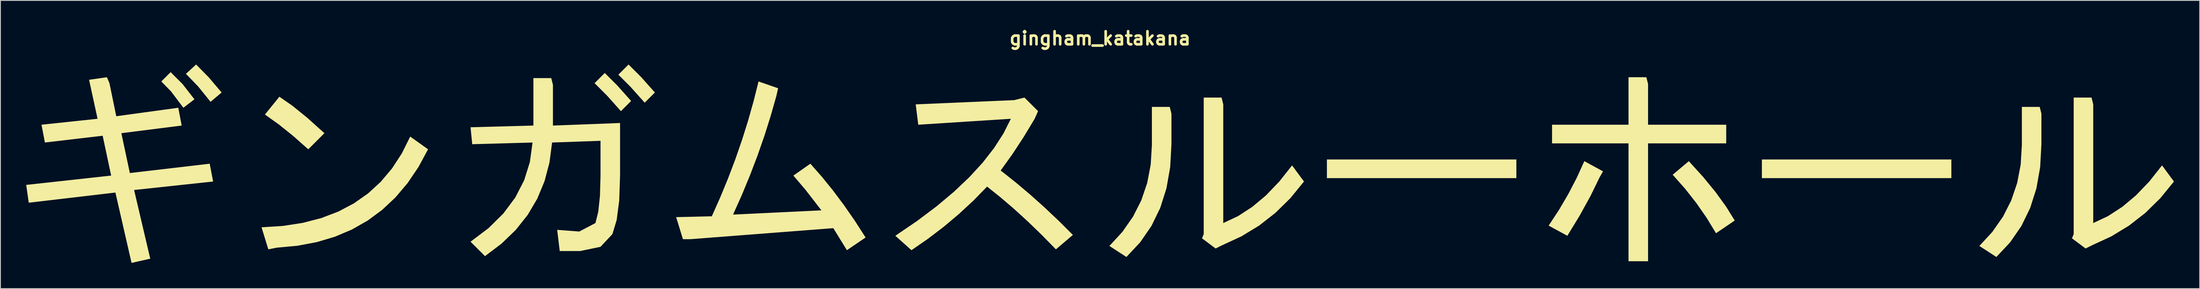
<source format=kicad_pcb>
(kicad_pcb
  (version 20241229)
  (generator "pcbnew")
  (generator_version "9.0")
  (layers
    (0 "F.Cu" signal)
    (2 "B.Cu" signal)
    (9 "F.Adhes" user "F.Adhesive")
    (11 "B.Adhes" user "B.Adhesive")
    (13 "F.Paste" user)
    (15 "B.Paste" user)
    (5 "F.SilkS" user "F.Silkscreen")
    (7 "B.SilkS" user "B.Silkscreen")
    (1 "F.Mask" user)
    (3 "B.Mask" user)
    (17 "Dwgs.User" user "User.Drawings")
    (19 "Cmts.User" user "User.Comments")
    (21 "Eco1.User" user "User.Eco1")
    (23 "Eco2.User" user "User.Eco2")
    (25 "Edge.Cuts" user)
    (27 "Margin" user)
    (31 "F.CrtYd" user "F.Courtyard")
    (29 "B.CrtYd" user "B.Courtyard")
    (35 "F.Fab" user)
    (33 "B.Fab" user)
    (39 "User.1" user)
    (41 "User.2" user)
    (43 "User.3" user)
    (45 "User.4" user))
  (footprint "gingham_katakana"
    (layer "F.Cu")
    (at 125 16.045)
    (property "Reference" "gingham_katakana" (at 0 -14.618 0) (layer "F.SilkS") (effects (font (size 1.524 1.524) (thickness 0.305))))
    (attr smd)
    (fp_poly (pts (xy 26.404 1.681) (xy 26.404 -0.494) (xy 48.457 -0.494) (xy 48.457 1.681) (xy 26.404 1.681)) (stroke (width 0) (type solid)) (fill yes) (layer "F.SilkS"))
    (fp_poly (pts (xy 77.037 1.681) (xy 77.037 -0.494) (xy 99.09 -0.494) (xy 99.09 1.681) (xy 77.037 1.681)) (stroke (width 0) (type solid)) (fill yes) (layer "F.SilkS"))
    (fp_poly (pts (xy -106.705 -6.527) (xy -108.139 -8.431) (xy -109.276 -9.593) (xy -108.188 -10.68) (xy -106.804 -9.296) (xy -105.419 -7.516) (xy -106.705 -6.527)) (stroke (width 0) (type solid)) (fill yes) (layer "F.SilkS"))
    (fp_poly (pts (xy -105.222 -11.57) (xy -103.738 -10.062) (xy -102.255 -8.307) (xy -103.54 -7.219) (xy -104.999 -9.024) (xy -106.408 -10.483) (xy -105.222 -11.57)) (stroke (width 0) (type solid)) (fill yes) (layer "F.SilkS"))
    (fp_poly (pts (xy -55.775 -6.131) (xy -57.382 -7.936) (xy -58.841 -9.395) (xy -57.654 -10.581) (xy -56.196 -9.123) (xy -54.589 -7.318) (xy -55.775 -6.131)) (stroke (width 0) (type solid)) (fill yes) (layer "F.SilkS"))
    (fp_poly (pts (xy -53.006 -7.12) (xy -54.663 -8.974) (xy -56.072 -10.384) (xy -54.885 -11.57) (xy -53.427 -10.112) (xy -51.82 -8.307) (xy -53.006 -7.12)) (stroke (width 0) (type solid)) (fill yes) (layer "F.SilkS"))
    (fp_poly (pts (xy -92.168 -1.681) (xy -93.915 -3.23) (xy -95.596 -4.582) (xy -97.211 -5.736) (xy -95.53 -7.813) (xy -94.025 -6.769) (xy -92.278 -5.351) (xy -90.289 -3.56) (xy -92.168 -1.681)) (stroke (width 0) (type solid)) (fill yes) (layer "F.SilkS"))
    (fp_poly (pts (xy 58.149 1.582) (xy 57.072 3.791) (xy 55.819 6.065) (xy 54.391 8.406) (xy 52.215 7.219) (xy 53.402 5.414) (xy 54.49 3.56) (xy 55.479 1.656) (xy 56.369 -0.297) (xy 58.544 0.89) (xy 58.149 1.582)) (stroke (width 0) (type solid)) (fill yes) (layer "F.SilkS"))
    (fp_poly (pts (xy 71.697 8.109) (xy 70.603 6.311) (xy 69.398 4.574) (xy 68.081 2.899) (xy 66.653 1.286) (xy 68.532 -0.297) (xy 70.201 1.545) (xy 71.648 3.313) (xy 72.871 5.006) (xy 73.873 6.626) (xy 71.697 8.109)) (stroke (width 0) (type solid)) (fill yes) (layer "F.SilkS"))
    (fp_poly (pts (xy 61.511 -10.087) (xy 63.588 -10.087) (xy 63.786 -9.296) (xy 63.786 -4.549) (xy 72.884 -4.549) (xy 72.884 -2.373) (xy 63.786 -2.373) (xy 63.786 11.373) (xy 61.511 11.373) (xy 61.511 -2.373) (xy 52.611 -2.373) (xy 52.611 -4.549) (xy 61.511 -4.549) (xy 61.511 -10.087)) (stroke (width 0) (type solid)) (fill yes) (layer "F.SilkS"))
    (fp_poly (pts (xy 1.088 9.593) (xy 2.599 7.947) (xy 3.835 6.175) (xy 4.796 4.277) (xy 5.483 2.253) (xy 5.895 0.102) (xy 6.032 -2.176) (xy 6.032 -6.626) (xy 8.109 -6.626) (xy 8.307 -5.835) (xy 8.307 -2.275) (xy 8.161 0.398) (xy 7.725 2.879) (xy 6.997 5.167) (xy 5.977 7.263) (xy 4.667 9.167) (xy 3.066 10.878) (xy 1.088 9.593)) (stroke (width 0) (type solid)) (fill yes) (layer "F.SilkS"))
    (fp_poly (pts (xy 102.354 9.593) (xy 103.864 7.947) (xy 105.101 6.175) (xy 106.062 4.277) (xy 106.749 2.253) (xy 107.161 0.102) (xy 107.298 -2.176) (xy 107.298 -6.626) (xy 109.375 -6.626) (xy 109.573 -5.835) (xy 109.573 -2.275) (xy 109.427 0.398) (xy 108.99 2.879) (xy 108.262 5.167) (xy 107.243 7.263) (xy 105.933 9.167) (xy 104.331 10.878) (xy 102.354 9.593)) (stroke (width 0) (type solid)) (fill yes) (layer "F.SilkS"))
    (fp_poly (pts (xy 14.339 6.922) (xy 16.052 6.116) (xy 17.71 5.04) (xy 19.312 3.695) (xy 20.858 2.081) (xy 22.35 0.198) (xy 23.734 2.077) (xy 22.152 4.019) (xy 20.411 5.732) (xy 18.513 7.215) (xy 16.456 8.469) (xy 14.241 9.494) (xy 13.449 9.889) (xy 11.867 8.703) (xy 12.065 8.208) (xy 12.065 -7.714) (xy 14.142 -7.714) (xy 14.339 -6.922) (xy 14.339 6.922)) (stroke (width 0) (type solid)) (fill yes) (layer "F.SilkS"))
    (fp_poly (pts (xy 115.605 6.922) (xy 117.318 6.116) (xy 118.975 5.04) (xy 120.578 3.695) (xy 122.124 2.081) (xy 123.615 0.198) (xy 125 2.077) (xy 123.418 4.019) (xy 121.677 5.732) (xy 119.778 7.215) (xy 117.722 8.469) (xy 115.506 9.494) (xy 114.715 9.889) (xy 113.133 8.703) (xy 113.331 8.208) (xy 113.331 -7.714) (xy 115.407 -7.714) (xy 115.605 -6.922) (xy 115.605 6.922)) (stroke (width 0) (type solid)) (fill yes) (layer "F.SilkS"))
    (fp_poly (pts (xy -114.517 -5.538) (xy -107.298 -6.527) (xy -106.903 -4.45) (xy -113.924 -3.56) (xy -112.935 1.088) (xy -103.639 -0.000001) (xy -103.244 2.077) (xy -112.441 3.066) (xy -110.562 11.076) (xy -112.737 11.57) (xy -114.616 3.362) (xy -124.703 4.549) (xy -125 2.472) (xy -115.111 1.384) (xy -116.1 -3.263) (xy -122.824 -2.472) (xy -123.22 -4.549) (xy -116.693 -5.241) (xy -117.682 -9.79) (xy -115.605 -10.087) (xy -115.309 -9.395) (xy -114.517 -5.538)) (stroke (width 0) (type solid)) (fill yes) (layer "F.SilkS"))
    (fp_poly (pts (xy -78.224 -1.681) (xy -79.343 0.392) (xy -80.605 2.259) (xy -82.009 3.92) (xy -83.556 5.376) (xy -85.245 6.626) (xy -87.077 7.67) (xy -89.051 8.509) (xy -91.167 9.142) (xy -93.426 9.569) (xy -95.827 9.79) (xy -96.816 9.988) (xy -97.607 7.417) (xy -95.12 7.258) (xy -92.801 6.899) (xy -90.65 6.34) (xy -88.667 5.581) (xy -86.852 4.623) (xy -85.206 3.465) (xy -83.727 2.107) (xy -82.417 0.55) (xy -81.275 -1.207) (xy -80.301 -3.165) (xy -78.224 -1.681)) (stroke (width 0) (type solid)) (fill yes) (layer "F.SilkS"))
    (fp_poly (pts (xy -49.347 6.23) (xy -45.194 6.131) (xy -44.211 3.921) (xy -43.297 1.699) (xy -42.451 -0.535) (xy -41.674 -2.781) (xy -40.966 -5.039) (xy -40.326 -7.31) (xy -39.755 -9.593) (xy -37.48 -8.801) (xy -37.678 -7.911) (xy -38.34 -5.576) (xy -39.073 -3.252) (xy -39.878 -0.939) (xy -40.755 1.363) (xy -41.702 3.654) (xy -42.722 5.934) (xy -32.437 5.439) (xy -34.291 3.041) (xy -35.7 1.384) (xy -33.722 0.000003) (xy -32.389 1.515) (xy -31.08 3.133) (xy -29.794 4.854) (xy -28.532 6.677) (xy -27.294 8.604) (xy -29.47 10.087) (xy -31.052 7.516) (xy -47.666 8.801) (xy -48.556 8.801) (xy -49.347 6.23)) (stroke (width 0) (type solid)) (fill yes) (layer "F.SilkS"))
    (fp_poly (pts (xy -11.57 0.791) (xy -9.873 2.136) (xy -8.184 3.56) (xy -6.503 5.063) (xy -4.83 6.646) (xy -3.165 8.307) (xy -5.142 9.988) (xy -6.792 8.303) (xy -8.418 6.729) (xy -10.02 5.265) (xy -11.598 3.912) (xy -13.153 2.67) (xy -14.739 4.296) (xy -16.412 5.85) (xy -18.172 7.334) (xy -20.02 8.746) (xy -21.954 10.087) (xy -23.833 8.406) (xy -21.33 6.7) (xy -19.062 4.994) (xy -17.028 3.288) (xy -15.229 1.582) (xy -13.666 -0.124) (xy -12.337 -1.83) (xy -11.243 -3.535) (xy -10.384 -5.241) (xy -21.163 -4.549) (xy -21.46 -6.922) (xy -9.988 -7.417) (xy -8.801 -7.714) (xy -7.219 -6.131) (xy -7.615 -5.241) (xy -8.889 -3.121) (xy -10.208 -1.11) (xy -11.57 0.791)) (stroke (width 0) (type solid)) (fill yes) (layer "F.SilkS"))
    (fp_poly (pts (xy -63.687 -4.45) (xy -55.874 -4.747) (xy -55.874 1.384) (xy -55.973 4.296) (xy -56.27 6.571) (xy -56.764 8.208) (xy -58.149 9.691) (xy -60.522 10.186) (xy -62.896 10.186) (xy -63.192 7.714) (xy -60.621 7.911) (xy -58.742 6.922) (xy -58.412 5.604) (xy -58.215 3.758) (xy -58.149 1.384) (xy -58.149 -2.67) (xy -63.786 -2.472) (xy -64.09 -0.143) (xy -64.666 2.04) (xy -65.511 4.079) (xy -66.627 5.972) (xy -68.014 7.72) (xy -69.671 9.322) (xy -71.598 10.779) (xy -73.279 9.098) (xy -71.183 7.513) (xy -69.444 5.791) (xy -68.063 3.931) (xy -67.038 1.934) (xy -66.371 -0.201) (xy -66.06 -2.472) (xy -73.081 -2.275) (xy -73.279 -4.252) (xy -65.961 -4.45) (xy -65.961 -9.988) (xy -63.884 -9.988) (xy -63.687 -9.197) (xy -63.687 -4.45)) (stroke (width 0) (type solid)) (fill yes) (layer "F.SilkS")))
  (gr_rect
    (start -3 -3)
    (end 253 30.615)
    (stroke (width 0.1) (type default))
    (fill no)
    (layer "Edge.Cuts")))
</source>
